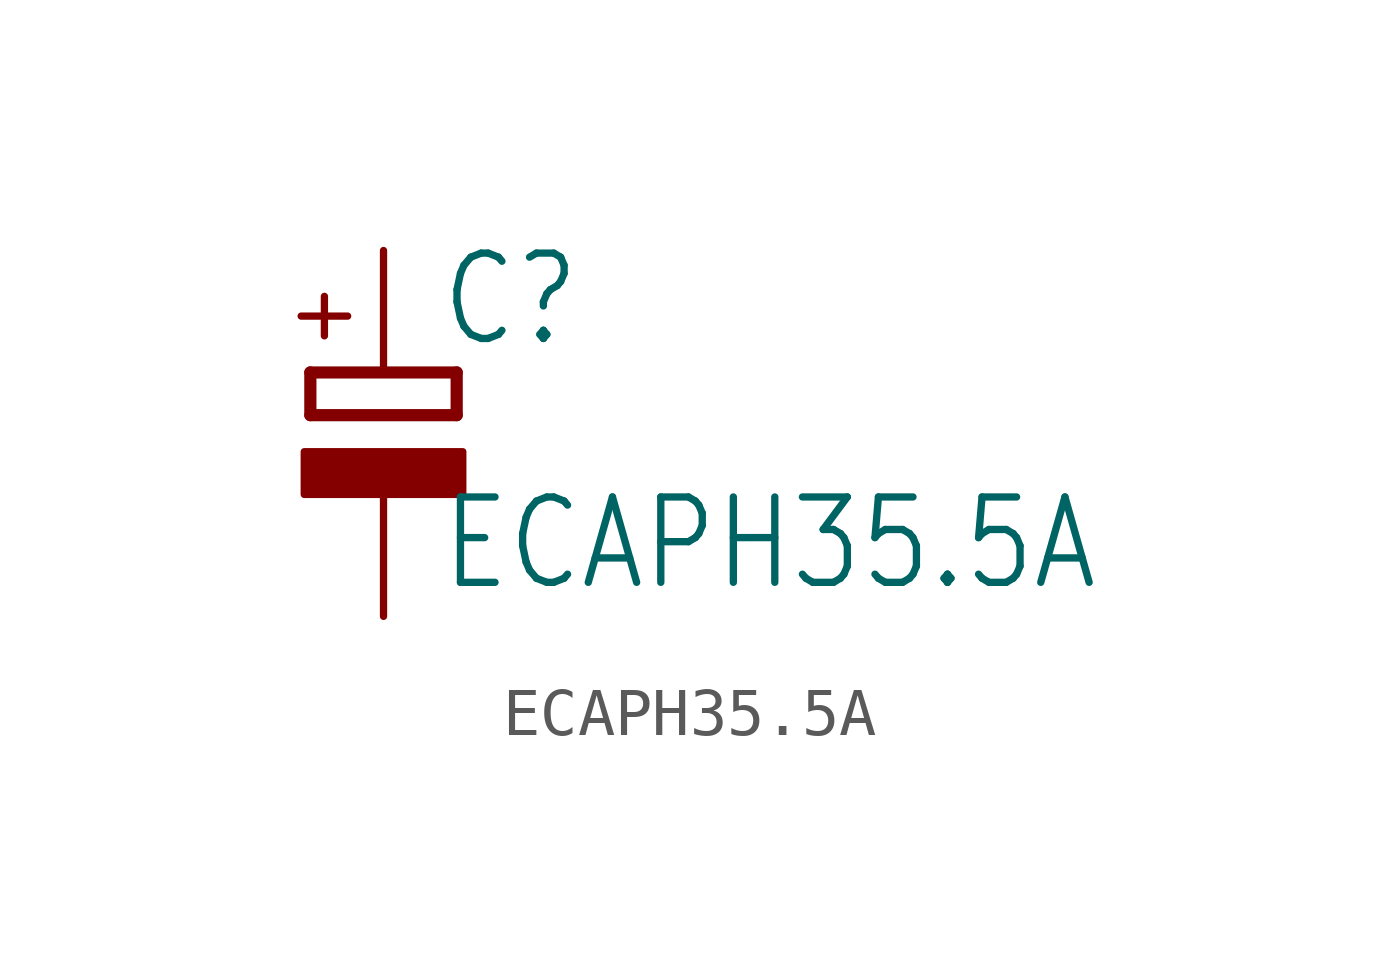
<source format=kicad_sym>
(kicad_symbol_lib
  (version 20211014)
  (generator kicad_symbol_editor)
  (symbol "ECAPH35.5A"
    (property "Reference" "C"
      (at 1.143 0.483 0)
      (effects (font (size 1.778 1.511)) (justify left bottom)))
    (property "Value" "ECAPH35.5A"
      (at 1.143 -4.597 0)
      (effects (font (size 1.778 1.511)) (justify left bottom)))
    (property "ki_locked" ""
      (at 0 0 0)
      (effects (font (size 1.27 1.27))))
    (symbol "ECAPH35.5A_1_0"
      (rectangle (start -1.651 -2.54) (end 1.651 -1.651) (stroke (width 0) (type default) (color 0 0 0 0)) (fill (type outline)))
      (polyline (pts (xy -1.524 -0.889) (xy 1.524 -0.889)) (stroke (width 0.254) (type default) (color 0 0 0 0)) (fill (type none)))
      (polyline (pts (xy -1.524 0) (xy -1.524 -0.889)) (stroke (width 0.254) (type default) (color 0 0 0 0)) (fill (type none)))
      (polyline (pts (xy -1.524 0) (xy 1.524 0)) (stroke (width 0.254) (type default) (color 0 0 0 0)) (fill (type none)))
      (polyline (pts (xy 1.524 -0.889) (xy 1.524 0)) (stroke (width 0.254) (type default) (color 0 0 0 0)) (fill (type none)))
      (text "+" (at -0.584 0.406 900) (effects (font (size 1.27 1.079)) (justify left bottom)))
      (pin passive line (at 0 2.54 270) (length 2.54) (name "+" (effects (font (size 0 0)))) (number "+" (effects (font (size 0 0)))))
      (pin passive line (at 0 -5.08 90) (length 2.54) (name "-" (effects (font (size 0 0)))) (number "-" (effects (font (size 0 0))))))))
</source>
